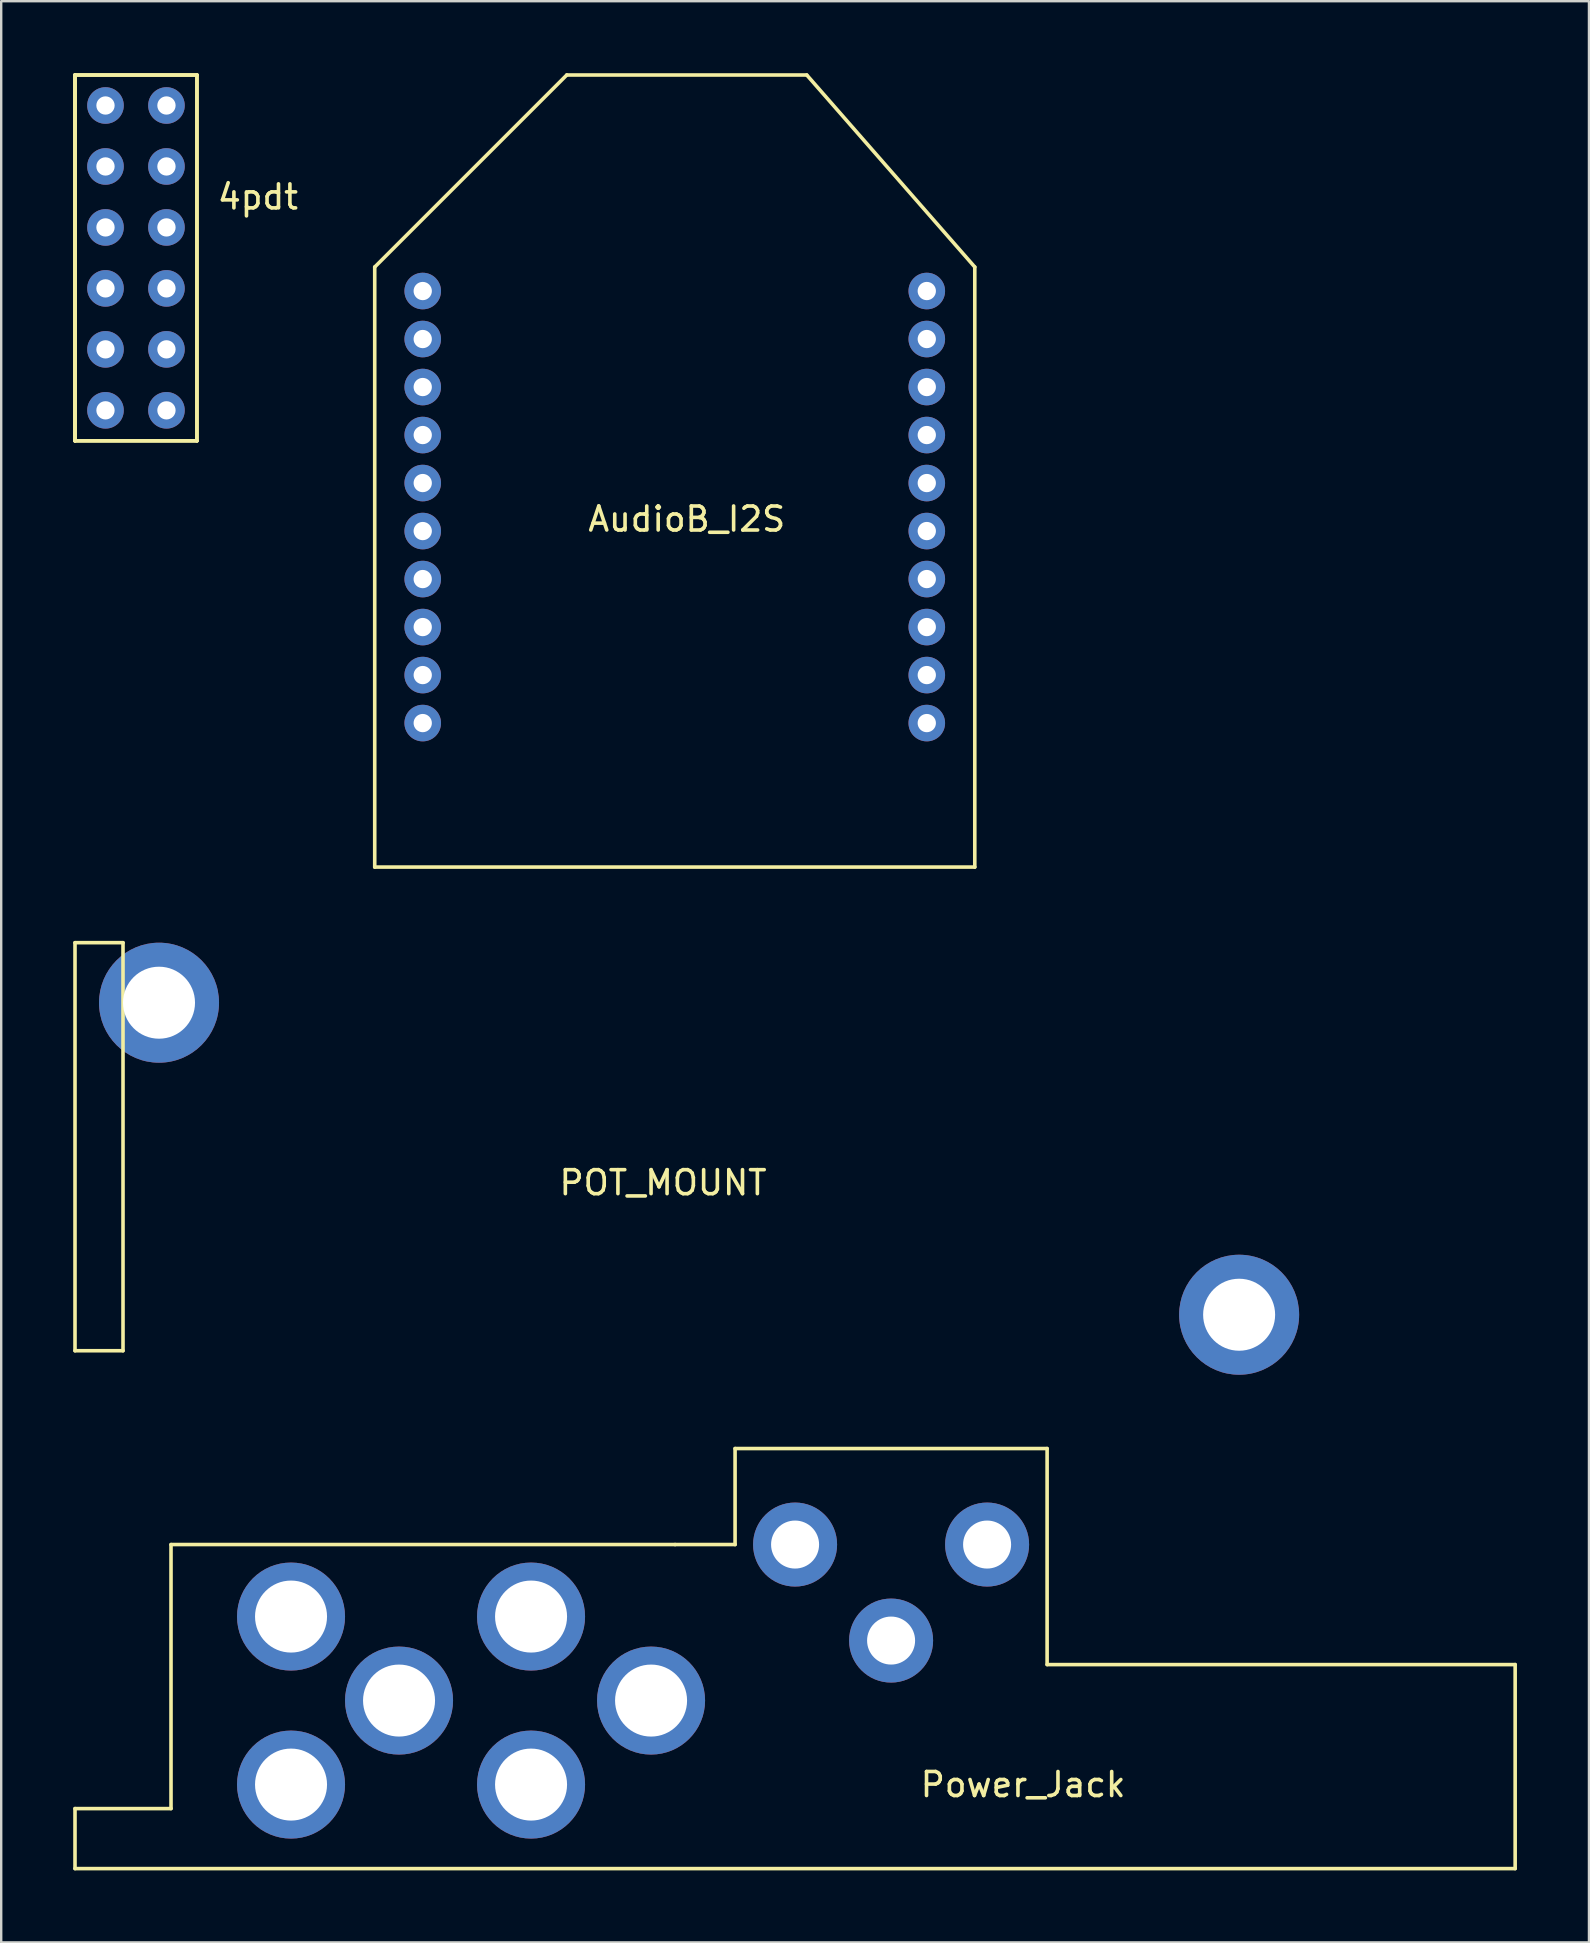
<source format=kicad_pcb>
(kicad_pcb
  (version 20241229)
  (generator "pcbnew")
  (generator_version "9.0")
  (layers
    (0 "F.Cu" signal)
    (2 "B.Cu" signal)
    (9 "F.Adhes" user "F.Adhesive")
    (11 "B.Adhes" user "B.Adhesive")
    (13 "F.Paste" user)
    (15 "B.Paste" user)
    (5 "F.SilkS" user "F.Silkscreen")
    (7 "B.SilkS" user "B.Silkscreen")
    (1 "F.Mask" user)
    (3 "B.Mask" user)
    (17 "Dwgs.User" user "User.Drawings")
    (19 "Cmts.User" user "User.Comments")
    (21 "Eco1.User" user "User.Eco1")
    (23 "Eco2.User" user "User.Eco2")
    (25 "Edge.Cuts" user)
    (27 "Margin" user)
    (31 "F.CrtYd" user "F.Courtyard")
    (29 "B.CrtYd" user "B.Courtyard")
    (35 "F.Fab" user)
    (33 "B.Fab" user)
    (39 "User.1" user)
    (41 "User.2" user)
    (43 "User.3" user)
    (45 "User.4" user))
  (footprint "Power_Jack"
    (layer "F.Cu")
    (at 39.575 70.8)
    (property "Reference" "Power_Jack" (at 0 0.5 0) (layer "F.SilkS") (effects (font (size 1 1) (thickness 0.15))))
    (attr through_hole)
    (fp_line (start -39.5 1.5) (end -39.5 4) (stroke (width 0.15) (type solid)) (layer "F.SilkS"))
    (fp_line (start -39.5 4) (end 20.5 4) (stroke (width 0.15) (type solid)) (layer "F.SilkS"))
    (fp_line (start -35.5 -9.5) (end -35.5 1.5) (stroke (width 0.15) (type solid)) (layer "F.SilkS"))
    (fp_line (start -35.5 1.5) (end -39.5 1.5) (stroke (width 0.15) (type solid)) (layer "F.SilkS"))
    (fp_line (start -14.5 -9.5) (end -35.5 -9.5) (stroke (width 0.15) (type solid)) (layer "F.SilkS"))
    (fp_line (start -12 -13.5) (end -12 -9.5) (stroke (width 0.15) (type solid)) (layer "F.SilkS"))
    (fp_line (start -12 -9.5) (end -14.5 -9.5) (stroke (width 0.15) (type solid)) (layer "F.SilkS"))
    (fp_line (start 1 -13.5) (end -12 -13.5) (stroke (width 0.15) (type solid)) (layer "F.SilkS"))
    (fp_line (start 1 -4.5) (end 1 -13.5) (stroke (width 0.15) (type solid)) (layer "F.SilkS"))
    (fp_line (start 20.5 -4.5) (end 1 -4.5) (stroke (width 0.15) (type solid)) (layer "F.SilkS"))
    (fp_line (start 20.5 4) (end 20.5 -4.5) (stroke (width 0.15) (type solid)) (layer "F.SilkS"))
    (pad "1" thru_hole circle (at -9.5 -9.5) (size 3.5 3.5) (drill 2) (layers "*.Cu" "*.Mask"))
    (pad "2" thru_hole circle (at -5.5 -5.5) (size 3.5 3.5) (drill 2) (layers "*.Cu" "*.Mask"))
    (pad "3" thru_hole circle (at -1.5 -9.5) (size 3.5 3.5) (drill 2) (layers "*.Cu" "*.Mask"))
    (pad "4" thru_hole circle (at -20.5 -6.5) (size 4.5 4.5) (drill 3) (layers "*.Cu" "*.Mask"))
    (pad "5" thru_hole circle (at -20.5 0.5) (size 4.5 4.5) (drill 3) (layers "*.Cu" "*.Mask"))
    (pad "6" thru_hole circle (at -15.5 -3) (size 4.5 4.5) (drill 3) (layers "*.Cu" "*.Mask"))
    (pad "7" thru_hole circle (at -30.5 -6.5) (size 4.5 4.5) (drill 3) (layers "*.Cu" "*.Mask"))
    (pad "8" thru_hole circle (at -30.5 0.5) (size 4.5 4.5) (drill 3) (layers "*.Cu" "*.Mask"))
    (pad "9" thru_hole circle (at -26 -3) (size 4.5 4.5) (drill 3) (layers "*.Cu" "*.Mask")))
  (footprint "4pdt"
    (layer "F.Cu")
    (at 5.155 3.885)
    (property "Reference" "4pdt" (at 2.54 1.27 0) (layer "F.SilkS") (effects (font (size 1 1) (thickness 0.15))))
    (attr through_hole)
    (fp_line (start -5.08 -3.81) (end -5.08 11.43) (stroke (width 0.15) (type solid)) (layer "F.SilkS"))
    (fp_line (start -5.08 -3.81) (end 0 -3.81) (stroke (width 0.15) (type solid)) (layer "F.SilkS"))
    (fp_line (start -5.08 -3.81) (end 0 -3.81) (stroke (width 0.15) (type solid)) (layer "F.SilkS"))
    (fp_line (start -5.08 11.43) (end -5.08 -3.81) (stroke (width 0.15) (type solid)) (layer "F.SilkS"))
    (fp_line (start -5.08 11.43) (end -5.08 -3.81) (stroke (width 0.15) (type solid)) (layer "F.SilkS"))
    (fp_line (start -5.08 11.43) (end 0 11.43) (stroke (width 0.15) (type solid)) (layer "F.SilkS"))
    (fp_line (start 0 -3.81) (end 0 11.43) (stroke (width 0.15) (type solid)) (layer "F.SilkS"))
    (fp_line (start 0 -3.81) (end 0 11.43) (stroke (width 0.15) (type solid)) (layer "F.SilkS"))
    (fp_line (start 0 11.43) (end -5.08 11.43) (stroke (width 0.15) (type solid)) (layer "F.SilkS"))
    (pad "1" thru_hole circle (at -3.81 -2.54) (size 1.524 1.524) (drill 0.762) (layers "*.Cu" "*.Mask"))
    (pad "2" thru_hole circle (at -3.81 0) (size 1.524 1.524) (drill 0.762) (layers "*.Cu" "*.Mask"))
    (pad "3" thru_hole circle (at -3.81 2.54) (size 1.524 1.524) (drill 0.762) (layers "*.Cu" "*.Mask"))
    (pad "4" thru_hole circle (at -3.81 5.08) (size 1.524 1.524) (drill 0.762) (layers "*.Cu" "*.Mask"))
    (pad "5" thru_hole circle (at -3.81 7.62) (size 1.524 1.524) (drill 0.762) (layers "*.Cu" "*.Mask"))
    (pad "6" thru_hole circle (at -3.81 10.16) (size 1.524 1.524) (drill 0.762) (layers "*.Cu" "*.Mask"))
    (pad "7" thru_hole circle (at -1.27 -2.54) (size 1.524 1.524) (drill 0.762) (layers "*.Cu" "*.Mask"))
    (pad "8" thru_hole circle (at -1.27 0) (size 1.524 1.524) (drill 0.762) (layers "*.Cu" "*.Mask"))
    (pad "9" thru_hole circle (at -1.27 2.54) (size 1.524 1.524) (drill 0.762) (layers "*.Cu" "*.Mask"))
    (pad "10" thru_hole circle (at -1.27 5.08) (size 1.524 1.524) (drill 0.762) (layers "*.Cu" "*.Mask"))
    (pad "11" thru_hole circle (at -1.27 7.62) (size 1.524 1.524) (drill 0.762) (layers "*.Cu" "*.Mask"))
    (pad "12" thru_hole circle (at -1.27 10.16) (size 1.524 1.524) (drill 0.762) (layers "*.Cu" "*.Mask")))
  (footprint "AudioB_I2S"
    (layer "F.Cu")
    (at 25.562 18.075)
    (property "Reference" "AudioB_I2S" (at 0 0.5 0) (layer "F.SilkS") (effects (font (size 1 1) (thickness 0.15))))
    (attr through_hole)
    (fp_line (start -13 -10) (end -5 -18) (stroke (width 0.15) (type solid)) (layer "F.SilkS"))
    (fp_line (start -13 15) (end -13 -10) (stroke (width 0.15) (type solid)) (layer "F.SilkS"))
    (fp_line (start -5 -18) (end 5 -18) (stroke (width 0.15) (type solid)) (layer "F.SilkS"))
    (fp_line (start 5 -18) (end 12 -10) (stroke (width 0.15) (type solid)) (layer "F.SilkS"))
    (fp_line (start 12 -10) (end 12 15) (stroke (width 0.15) (type solid)) (layer "F.SilkS"))
    (fp_line (start 12 15) (end -13 15) (stroke (width 0.15) (type solid)) (layer "F.SilkS"))
    (pad "1" thru_hole circle (at -11 -9) (size 1.524 1.524) (drill 0.762) (layers "*.Cu" "*.Mask"))
    (pad "2" thru_hole circle (at -11 -7) (size 1.524 1.524) (drill 0.762) (layers "*.Cu" "*.Mask"))
    (pad "3" thru_hole circle (at -11 -5) (size 1.524 1.524) (drill 0.762) (layers "*.Cu" "*.Mask"))
    (pad "4" thru_hole circle (at -11 -3) (size 1.524 1.524) (drill 0.762) (layers "*.Cu" "*.Mask"))
    (pad "5" thru_hole circle (at -11 -1) (size 1.524 1.524) (drill 0.762) (layers "*.Cu" "*.Mask"))
    (pad "6" thru_hole circle (at -11 1) (size 1.524 1.524) (drill 0.762) (layers "*.Cu" "*.Mask"))
    (pad "7" thru_hole circle (at -11 3) (size 1.524 1.524) (drill 0.762) (layers "*.Cu" "*.Mask"))
    (pad "8" thru_hole circle (at -11 5) (size 1.524 1.524) (drill 0.762) (layers "*.Cu" "*.Mask"))
    (pad "9" thru_hole circle (at -11 7) (size 1.524 1.524) (drill 0.762) (layers "*.Cu" "*.Mask"))
    (pad "10" thru_hole circle (at -11 9) (size 1.524 1.524) (drill 0.762) (layers "*.Cu" "*.Mask"))
    (pad "11" thru_hole circle (at 10 9) (size 1.524 1.524) (drill 0.762) (layers "*.Cu" "*.Mask"))
    (pad "12" thru_hole circle (at 10 7) (size 1.524 1.524) (drill 0.762) (layers "*.Cu" "*.Mask"))
    (pad "13" thru_hole circle (at 10 5) (size 1.524 1.524) (drill 0.762) (layers "*.Cu" "*.Mask"))
    (pad "14" thru_hole circle (at 10 3) (size 1.524 1.524) (drill 0.762) (layers "*.Cu" "*.Mask"))
    (pad "15" thru_hole circle (at 10 1) (size 1.524 1.524) (drill 0.762) (layers "*.Cu" "*.Mask"))
    (pad "16" thru_hole circle (at 10 -1) (size 1.524 1.524) (drill 0.762) (layers "*.Cu" "*.Mask"))
    (pad "17" thru_hole circle (at 10 -3) (size 1.524 1.524) (drill 0.762) (layers "*.Cu" "*.Mask"))
    (pad "18" thru_hole circle (at 10 -5) (size 1.524 1.524) (drill 0.762) (layers "*.Cu" "*.Mask"))
    (pad "19" thru_hole circle (at 10 -7) (size 1.524 1.524) (drill 0.762) (layers "*.Cu" "*.Mask"))
    (pad "20" thru_hole circle (at 10 -9) (size 1.524 1.524) (drill 0.762) (layers "*.Cu" "*.Mask")))
  (footprint "POT_MOUNT"
    (layer "F.Cu")
    (at 24.075 45.225)
    (property "Reference" "POT_MOUNT" (at 0.5 1 0) (layer "F.SilkS") (effects (font (size 1 1) (thickness 0.15))))
    (attr through_hole)
    (fp_line (start -24 -9) (end -24 8) (stroke (width 0.15) (type solid)) (layer "F.SilkS"))
    (fp_line (start -24 8) (end -22 8) (stroke (width 0.15) (type solid)) (layer "F.SilkS"))
    (fp_line (start -22 -9) (end -24 -9) (stroke (width 0.15) (type solid)) (layer "F.SilkS"))
    (fp_line (start -22 8) (end -22 -9) (stroke (width 0.15) (type solid)) (layer "F.SilkS"))
    (pad "1" thru_hole circle (at -20.5 -6.5) (size 5 5) (drill 3) (layers "*.Cu" "*.Mask"))
    (pad "2" thru_hole circle (at 24.5 6.5) (size 5 5) (drill 3) (layers "*.Cu" "*.Mask")))
  (gr_rect
    (start -3 -3)
    (end 63.15 77.875)
    (stroke (width 0.1) (type default))
    (fill no)
    (layer "Edge.Cuts")))
</source>
